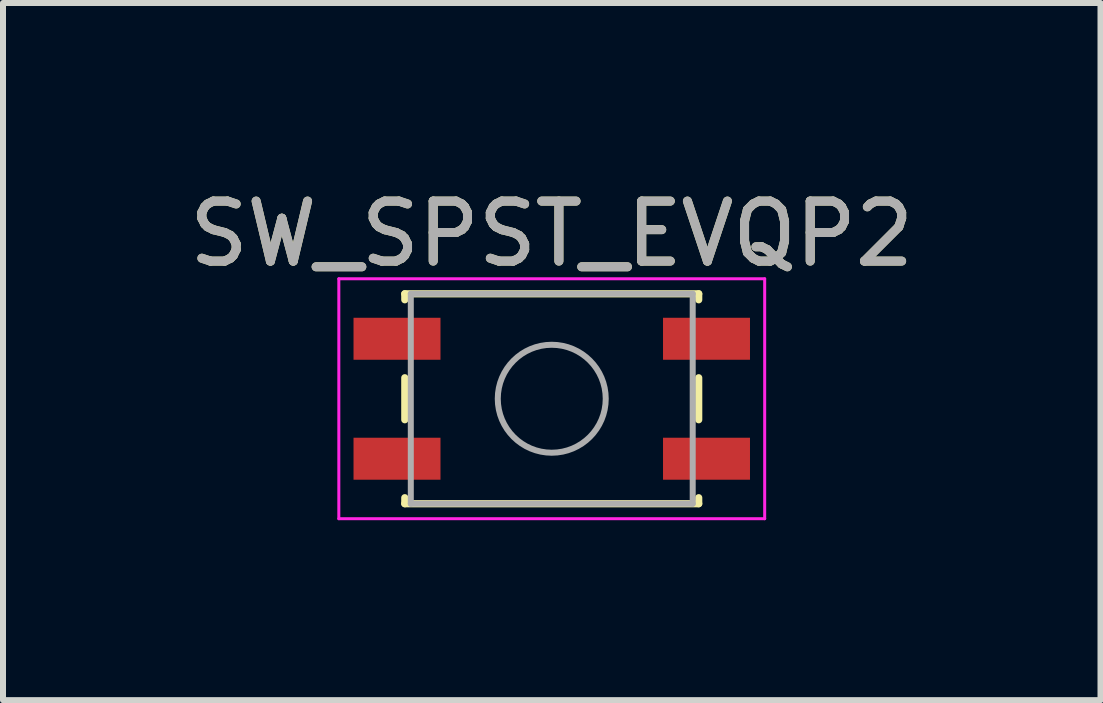
<source format=kicad_pcb>
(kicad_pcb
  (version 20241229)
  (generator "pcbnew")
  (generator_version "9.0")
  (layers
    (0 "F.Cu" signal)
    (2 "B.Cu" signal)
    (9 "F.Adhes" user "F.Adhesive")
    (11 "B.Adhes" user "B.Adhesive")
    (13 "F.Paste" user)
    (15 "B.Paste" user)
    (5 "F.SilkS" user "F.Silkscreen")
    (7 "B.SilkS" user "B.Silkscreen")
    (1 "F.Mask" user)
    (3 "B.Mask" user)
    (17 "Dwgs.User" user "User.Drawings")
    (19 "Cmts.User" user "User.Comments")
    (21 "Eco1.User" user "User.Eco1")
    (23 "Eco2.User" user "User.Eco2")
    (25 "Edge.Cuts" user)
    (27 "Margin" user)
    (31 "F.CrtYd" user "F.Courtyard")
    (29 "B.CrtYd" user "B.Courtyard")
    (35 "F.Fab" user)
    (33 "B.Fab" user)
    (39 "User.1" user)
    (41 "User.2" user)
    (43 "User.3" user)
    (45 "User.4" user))
  (footprint "SW_SPST_EVQP2"
    (layer "F.Cu")
    (at 6.149 3.598)
    (property "Reference" "SW_SPST_EVQP2" (at 0 -2.75 0) (layer "F.SilkS") (effects (font (size 1 1) (thickness 0.15))))
    (attr smd)
    (fp_line (start -2.45 -1.75) (end -2.45 -1.65) (stroke (width 0.12) (type solid)) (layer "F.SilkS"))
    (fp_line (start -2.45 -0.35) (end -2.45 0.35) (stroke (width 0.12) (type solid)) (layer "F.SilkS"))
    (fp_line (start -2.45 1.65) (end -2.45 1.75) (stroke (width 0.12) (type solid)) (layer "F.SilkS"))
    (fp_line (start -2.45 1.75) (end 2.45 1.75) (stroke (width 0.12) (type solid)) (layer "F.SilkS"))
    (fp_line (start 2.45 -1.75) (end -2.45 -1.75) (stroke (width 0.12) (type solid)) (layer "F.SilkS"))
    (fp_line (start 2.45 -1.75) (end 2.45 -1.65) (stroke (width 0.12) (type solid)) (layer "F.SilkS"))
    (fp_line (start 2.45 -0.35) (end 2.45 0.35) (stroke (width 0.12) (type solid)) (layer "F.SilkS"))
    (fp_line (start 2.45 1.75) (end 2.45 1.65) (stroke (width 0.12) (type solid)) (layer "F.SilkS"))
    (fp_line (start -3.55 -2) (end 3.55 -2) (stroke (width 0.05) (type solid)) (layer "F.CrtYd"))
    (fp_line (start -3.55 2) (end -3.55 -2) (stroke (width 0.05) (type solid)) (layer "F.CrtYd"))
    (fp_line (start 3.55 -2) (end 3.55 2) (stroke (width 0.05) (type solid)) (layer "F.CrtYd"))
    (fp_line (start 3.55 2) (end -3.55 2) (stroke (width 0.05) (type solid)) (layer "F.CrtYd"))
    (fp_line (start -2.35 -1.75) (end 2.35 -1.75) (stroke (width 0.1) (type solid)) (layer "F.Fab"))
    (fp_line (start -2.35 1.75) (end -2.35 -1.75) (stroke (width 0.1) (type solid)) (layer "F.Fab"))
    (fp_line (start 2.35 -1.75) (end 2.35 1.75) (stroke (width 0.1) (type solid)) (layer "F.Fab"))
    (fp_line (start 2.35 1.75) (end -2.35 1.75) (stroke (width 0.1) (type solid)) (layer "F.Fab"))
    (fp_circle (center 0 0) (end 0.9 0) (stroke (width 0.1) (type solid)) (fill no) (layer "F.Fab"))
    (fp_text user "${REFERENCE}" (at 0 -2.75 0) (layer "F.Fab") (effects (font (size 1 1) (thickness 0.15))))
    (pad "1" smd rect (at -2.58 -1) (size 1.45 0.7) (layers "F.Cu" "F.Mask" "F.Paste"))
    (pad "1" smd rect (at 2.58 -1) (size 1.45 0.7) (layers "F.Cu" "F.Mask" "F.Paste"))
    (pad "2" smd rect (at -2.58 1) (size 1.45 0.7) (layers "F.Cu" "F.Mask" "F.Paste"))
    (pad "2" smd rect (at 2.58 1) (size 1.45 0.7) (layers "F.Cu" "F.Mask" "F.Paste")))
  (gr_rect
    (start -3 -3)
    (end 15.298 8.623)
    (stroke (width 0.1) (type default))
    (fill no)
    (layer "Edge.Cuts")))
</source>
